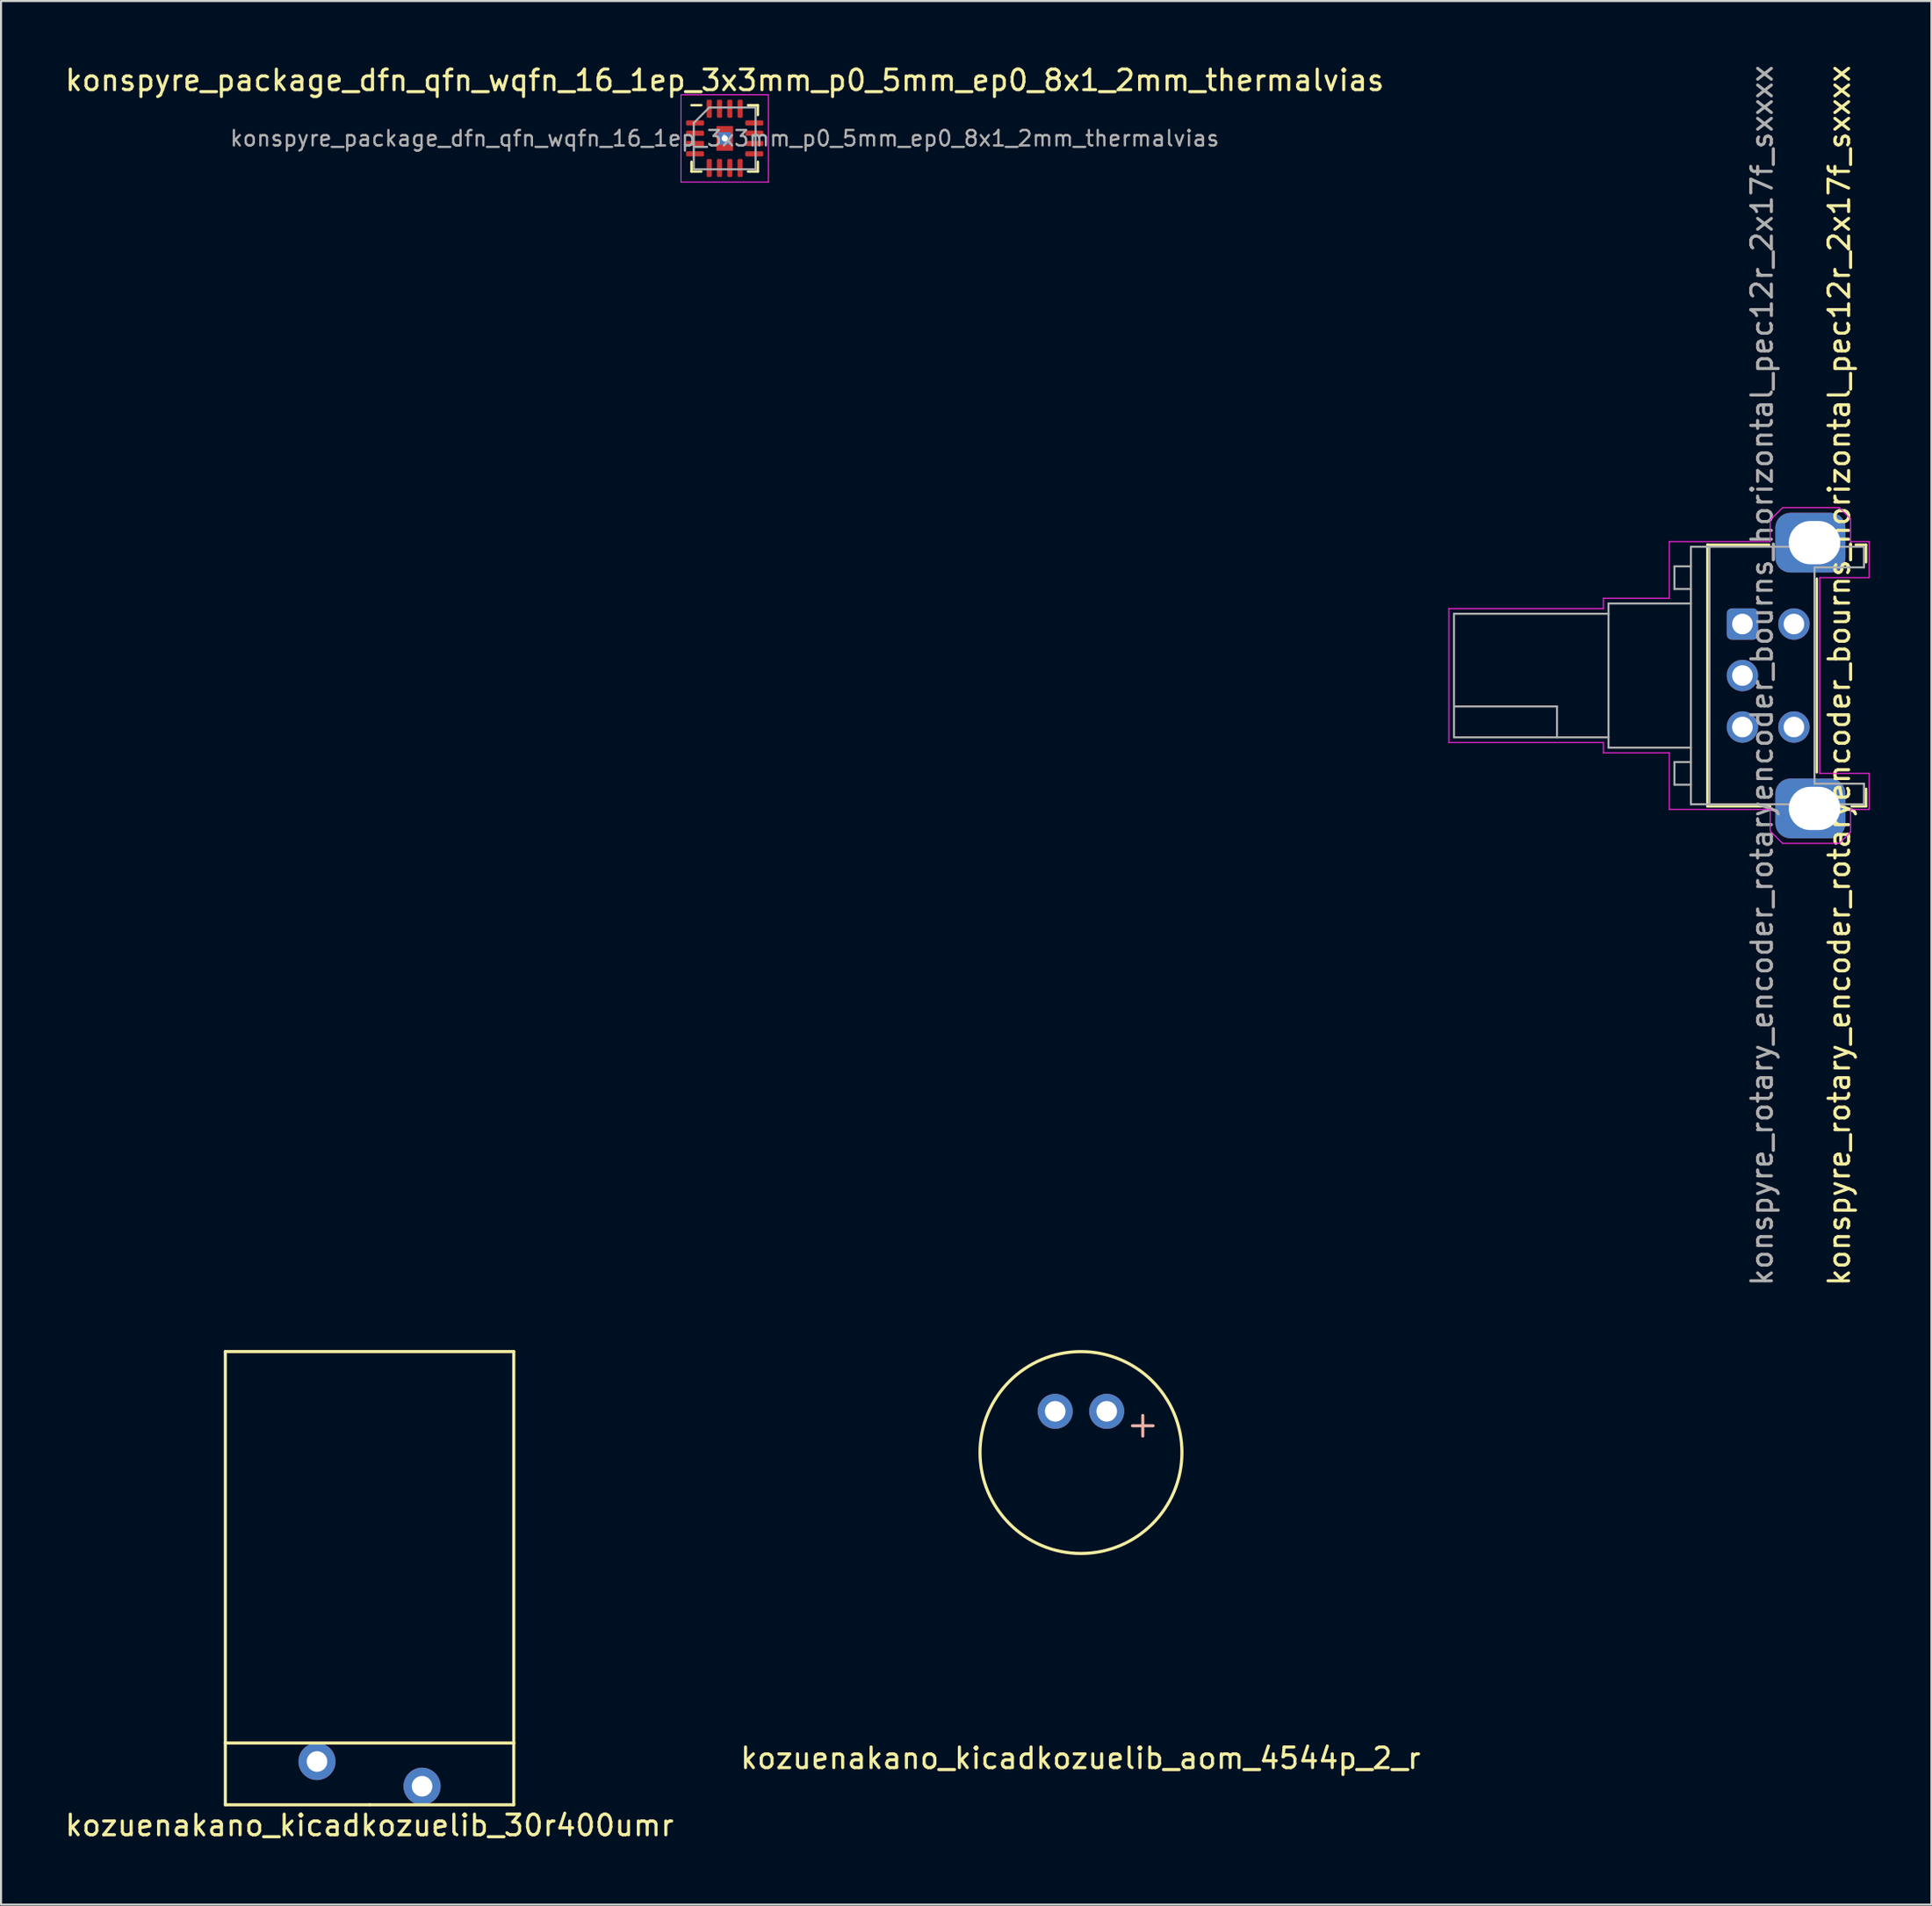
<source format=kicad_pcb>
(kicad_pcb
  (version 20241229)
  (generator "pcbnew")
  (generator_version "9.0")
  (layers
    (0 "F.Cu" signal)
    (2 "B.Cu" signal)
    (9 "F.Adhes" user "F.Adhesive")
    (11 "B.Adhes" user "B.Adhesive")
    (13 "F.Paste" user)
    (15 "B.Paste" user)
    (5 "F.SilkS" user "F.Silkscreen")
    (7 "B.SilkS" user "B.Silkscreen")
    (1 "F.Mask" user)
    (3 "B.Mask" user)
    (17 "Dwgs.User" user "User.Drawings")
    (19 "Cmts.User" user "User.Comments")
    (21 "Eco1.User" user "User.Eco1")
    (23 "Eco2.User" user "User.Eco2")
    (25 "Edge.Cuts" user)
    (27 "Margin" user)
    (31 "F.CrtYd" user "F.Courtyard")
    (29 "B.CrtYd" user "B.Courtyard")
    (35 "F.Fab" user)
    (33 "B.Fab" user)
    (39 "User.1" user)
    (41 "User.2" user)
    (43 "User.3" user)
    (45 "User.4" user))
  (footprint "kozuenakano_kicadkozuelib_aom_4544p_2_r"
    (layer "F.Cu")
    (at 49.419 67.463)
    (property "Reference" "kozuenakano_kicadkozuelib_aom_4544p_2_r" (at -0.02 14.84 0) (layer "F.SilkS") (effects (font (size 1 1) (thickness 0.15))))
    (attr through_hole)
    (fp_circle (center 0 0) (end 4.9 0) (stroke (width 0.15) (type solid)) (fill no) (layer "F.SilkS"))
    (fp_line (start 3 -1.8) (end 3 -0.8) (stroke (width 0.15) (type solid)) (layer "B.SilkS"))
    (fp_line (start 3.5 -1.3) (end 2.5 -1.3) (stroke (width 0.15) (type solid)) (layer "B.SilkS"))
    (pad "1" thru_hole circle (at 1.25 -2) (size 1.7 1.7) (drill 1) (layers "*.Cu" "*.Mask"))
    (pad "2" thru_hole circle (at -1.25 -2) (size 1.7 1.7) (drill 1) (layers "*.Cu" "*.Mask")))
  (footprint "konspyre_rotary_encoder_rotaryencoder_bourns_horizontal_pec12r_2x17f_sxxxx"
    (layer "F.Cu")
    (at 81.525 27.244)
    (property "Reference" "konspyre_rotary_encoder_rotaryencoder_bourns_horizontal_pec12r_2x17f_sxxxx" (at 4.7 2.5 270) (layer "F.SilkS") (effects (font (size 1 1) (thickness 0.15))))
    (attr through_hole)
    (fp_line (start -1.7 -3.85) (end -1.7 8.85) (stroke (width 0.12) (type solid)) (layer "F.SilkS"))
    (fp_line (start -1.7 8.85) (end 1.35 8.85) (stroke (width 0.12) (type solid)) (layer "F.SilkS"))
    (fp_line (start 1.3 -3.85) (end -1.7 -3.85) (stroke (width 0.12) (type solid)) (layer "F.SilkS"))
    (fp_line (start 3.61 -2.2) (end 3.61 7.2) (stroke (width 0.12) (type solid)) (layer "F.SilkS"))
    (fp_line (start 5.3 8.85) (end 6 8.85) (stroke (width 0.12) (type solid)) (layer "F.SilkS"))
    (fp_line (start 6 -3.85) (end 5.5 -3.85) (stroke (width 0.12) (type solid)) (layer "F.SilkS"))
    (fp_line (start 6 -3) (end 6 -3.85) (stroke (width 0.12) (type solid)) (layer "F.SilkS"))
    (fp_line (start 6 8.85) (end 6 8) (stroke (width 0.12) (type solid)) (layer "F.SilkS"))
    (fp_line (start -14.25 -0.75) (end -14.25 5.75) (stroke (width 0.05) (type default)) (layer "F.CrtYd"))
    (fp_line (start -14.25 5.75) (end -6.75 5.75) (stroke (width 0.05) (type default)) (layer "F.CrtYd"))
    (fp_line (start -6.75 -1.25) (end -3.55 -1.25) (stroke (width 0.05) (type default)) (layer "F.CrtYd"))
    (fp_line (start -6.75 -0.75) (end -14.25 -0.75) (stroke (width 0.05) (type default)) (layer "F.CrtYd"))
    (fp_line (start -6.75 -0.75) (end -6.75 -1.25) (stroke (width 0.05) (type default)) (layer "F.CrtYd"))
    (fp_line (start -6.75 5.75) (end -6.75 6.25) (stroke (width 0.05) (type default)) (layer "F.CrtYd"))
    (fp_line (start -6.75 6.25) (end -3.55 6.25) (stroke (width 0.05) (type default)) (layer "F.CrtYd"))
    (fp_line (start -3.55 -4) (end 1.35 -4) (stroke (width 0.05) (type solid)) (layer "F.CrtYd"))
    (fp_line (start -3.55 -1.25) (end -3.55 -4) (stroke (width 0.05) (type solid)) (layer "F.CrtYd"))
    (fp_line (start -3.55 9) (end -3.55 6.25) (stroke (width 0.05) (type solid)) (layer "F.CrtYd"))
    (fp_line (start 1.35 -5.05) (end 1.95 -5.65) (stroke (width 0.05) (type default)) (layer "F.CrtYd"))
    (fp_line (start 1.35 -4) (end 1.35 -5.05) (stroke (width 0.05) (type default)) (layer "F.CrtYd"))
    (fp_line (start 1.35 9) (end -3.55 9) (stroke (width 0.05) (type solid)) (layer "F.CrtYd"))
    (fp_line (start 1.35 10.05) (end 1.35 9) (stroke (width 0.05) (type default)) (layer "F.CrtYd"))
    (fp_line (start 1.35 10.05) (end 1.95 10.65) (stroke (width 0.05) (type default)) (layer "F.CrtYd"))
    (fp_line (start 3.75 -2.25) (end 6.15 -2.25) (stroke (width 0.05) (type default)) (layer "F.CrtYd"))
    (fp_line (start 3.75 7.25) (end 3.75 -2.25) (stroke (width 0.05) (type default)) (layer "F.CrtYd"))
    (fp_line (start 4.7 -5.65) (end 1.95 -5.65) (stroke (width 0.05) (type default)) (layer "F.CrtYd"))
    (fp_line (start 4.7 -5.65) (end 5.25 -5.1) (stroke (width 0.05) (type default)) (layer "F.CrtYd"))
    (fp_line (start 4.7 10.65) (end 1.95 10.65) (stroke (width 0.05) (type default)) (layer "F.CrtYd"))
    (fp_line (start 4.7 10.65) (end 5.25 10.1) (stroke (width 0.05) (type default)) (layer "F.CrtYd"))
    (fp_line (start 5.25 -4) (end 5.25 -5.1) (stroke (width 0.05) (type default)) (layer "F.CrtYd"))
    (fp_line (start 5.25 9) (end 5.25 10.1) (stroke (width 0.05) (type default)) (layer "F.CrtYd"))
    (fp_line (start 6.15 -4) (end 5.25 -4) (stroke (width 0.05) (type solid)) (layer "F.CrtYd"))
    (fp_line (start 6.15 -4) (end 6.15 -2.25) (stroke (width 0.05) (type solid)) (layer "F.CrtYd"))
    (fp_line (start 6.15 7.25) (end 3.75 7.25) (stroke (width 0.05) (type default)) (layer "F.CrtYd"))
    (fp_line (start 6.15 7.25) (end 6.15 9) (stroke (width 0.05) (type solid)) (layer "F.CrtYd"))
    (fp_line (start 6.15 9) (end 5.25 9) (stroke (width 0.05) (type solid)) (layer "F.CrtYd"))
    (fp_line (start -14 -0.5) (end -14 5.5) (stroke (width 0.1) (type default)) (layer "F.Fab"))
    (fp_line (start -14 4) (end -9 4) (stroke (width 0.1) (type default)) (layer "F.Fab"))
    (fp_line (start -14 5.5) (end -6.5 5.5) (stroke (width 0.1) (type solid)) (layer "F.Fab"))
    (fp_line (start -9 4) (end -9 5.5) (stroke (width 0.1) (type default)) (layer "F.Fab"))
    (fp_line (start -6.5 -1) (end -6.5 6) (stroke (width 0.1) (type default)) (layer "F.Fab"))
    (fp_line (start -6.5 -1) (end -2.5 -1) (stroke (width 0.1) (type default)) (layer "F.Fab"))
    (fp_line (start -6.5 -0.5) (end -14 -0.5) (stroke (width 0.1) (type solid)) (layer "F.Fab"))
    (fp_line (start -6.5 6) (end -2.5 6) (stroke (width 0.1) (type default)) (layer "F.Fab"))
    (fp_line (start -3.3 -2.8) (end -2.5 -2.8) (stroke (width 0.1) (type default)) (layer "F.Fab"))
    (fp_line (start -3.3 -1.7) (end -3.3 -2.8) (stroke (width 0.1) (type default)) (layer "F.Fab"))
    (fp_line (start -3.3 6.7) (end -2.5 6.7) (stroke (width 0.1) (type default)) (layer "F.Fab"))
    (fp_line (start -3.3 7.8) (end -3.3 6.7) (stroke (width 0.1) (type default)) (layer "F.Fab"))
    (fp_line (start -2.5 -3.75) (end 5.9 -3.75) (stroke (width 0.1) (type solid)) (layer "F.Fab"))
    (fp_line (start -2.5 -1.7) (end -3.3 -1.7) (stroke (width 0.1) (type default)) (layer "F.Fab"))
    (fp_line (start -2.5 7.8) (end -3.3 7.8) (stroke (width 0.1) (type default)) (layer "F.Fab"))
    (fp_line (start -2.5 8.75) (end -2.5 -3.75) (stroke (width 0.1) (type solid)) (layer "F.Fab"))
    (fp_line (start -1.6 8.75) (end -1.6 -3.75) (stroke (width 0.1) (type solid)) (layer "F.Fab"))
    (fp_line (start 3.5 -2.75) (end 5.9 -2.75) (stroke (width 0.1) (type default)) (layer "F.Fab"))
    (fp_line (start 3.5 7.75) (end 3.5 -2.75) (stroke (width 0.1) (type default)) (layer "F.Fab"))
    (fp_line (start 3.5 7.75) (end 5.9 7.75) (stroke (width 0.1) (type default)) (layer "F.Fab"))
    (fp_line (start 5.9 -3.7) (end 5.9 -2.75) (stroke (width 0.1) (type solid)) (layer "F.Fab"))
    (fp_line (start 5.9 7.75) (end 5.9 8.75) (stroke (width 0.1) (type solid)) (layer "F.Fab"))
    (fp_line (start 5.9 8.75) (end -2.5 8.75) (stroke (width 0.1) (type solid)) (layer "F.Fab"))
    (fp_text user "${REFERENCE}" (at 0.95 2.5 90) (layer "F.Fab") (effects (font (size 1 1) (thickness 0.15))))
    (pad "A" thru_hole roundrect (at 0 0 270) (size 1.524 1.524) (drill 1) (layers "*.Cu" "*.Mask") (roundrect_rratio 0.164))
    (pad "B" thru_hole circle (at 0 5 270) (size 1.524 1.524) (drill 1) (layers "*.Cu" "*.Mask"))
    (pad "C" thru_hole circle (at 0 2.5 270) (size 1.524 1.524) (drill 1) (layers "*.Cu" "*.Mask"))
    (pad "S1" thru_hole circle (at 2.5 0 270) (size 1.524 1.524) (drill 1) (layers "*.Cu" "*.Mask"))
    (pad "S2" thru_hole circle (at 2.5 5 270) (size 1.524 1.524) (drill 1) (layers "*.Cu" "*.Mask"))
    (pad "SH" thru_hole roundrect (at 3.5 -3.95 180) (size 3.4 2.9) (drill oval 2.5 2.1 (offset 0.2 0)) (layers "*.Cu" "*.Mask") (roundrect_rratio 0.25))
    (pad "SH" thru_hole roundrect (at 3.5 8.95 180) (size 3.4 2.9) (drill oval 2.5 2.1 (offset 0.2 0)) (layers "*.Cu" "*.Mask") (roundrect_rratio 0.25))
    (zone (net_name "") (layer "F.Cu") (name "Shell contact") (hatch edge 0.5) (connect_pads) (min_thickness 0.25) (filled_areas_thickness no) (keepout (tracks not_allowed) (vias not_allowed) (pads not_allowed) (copperpour not_allowed) (footprints not_allowed)) (placement (enabled no)) (fill) (polygon (pts (xy 81.175 24.494) (xy 81.175 23.244) (xy 79.675 23.244) (xy 79.675 24.494))))
    (zone (net_name "") (layer "F.Cu") (name "Shell contact") (hatch edge 0.5) (connect_pads) (min_thickness 0.25) (filled_areas_thickness no) (keepout (tracks not_allowed) (vias not_allowed) (pads not_allowed) (copperpour not_allowed) (footprints not_allowed)) (placement (enabled no)) (fill) (polygon (pts (xy 81.175 36.244) (xy 81.175 34.994) (xy 79.675 34.994) (xy 79.675 36.244))))
    (zone (net_name "") (layer "F.Cu") (name "Shell contact") (hatch edge 0.5) (connect_pads) (min_thickness 0.25) (filled_areas_thickness no) (keepout (tracks not_allowed) (vias not_allowed) (pads not_allowed) (copperpour not_allowed) (footprints not_allowed)) (placement (enabled no)) (fill) (polygon (pts (xy 87.525 24.494) (xy 87.525 23.244) (xy 86.525 23.244) (xy 86.525 24.494))))
    (zone (net_name "") (layer "F.Cu") (name "Shell contact") (hatch edge 0.5) (connect_pads) (min_thickness 0.25) (filled_areas_thickness no) (keepout (tracks not_allowed) (vias not_allowed) (pads not_allowed) (copperpour not_allowed) (footprints not_allowed)) (placement (enabled no)) (fill) (polygon (pts (xy 87.525 36.244) (xy 87.525 34.994) (xy 86.525 34.994) (xy 86.525 36.244)))))
  (footprint "kozuenakano_kicadkozuelib_30r400umr"
    (layer "F.Cu")
    (at 14.887 83.063)
    (property "Reference" "kozuenakano_kicadkozuelib_30r400umr" (at 0 2.5 0) (layer "F.SilkS") (effects (font (size 1 1) (thickness 0.15))))
    (attr through_hole)
    (fp_line (start -7 -20.5) (end 7 -20.5) (stroke (width 0.15) (type solid)) (layer "F.SilkS"))
    (fp_line (start -7 -1.5) (end -7 -20.5) (stroke (width 0.15) (type solid)) (layer "F.SilkS"))
    (fp_line (start -7 -1.5) (end 7 -1.5) (stroke (width 0.15) (type solid)) (layer "F.SilkS"))
    (fp_line (start -7 1.5) (end -7 -1.5) (stroke (width 0.15) (type solid)) (layer "F.SilkS"))
    (fp_line (start 0 1.5) (end -7 1.5) (stroke (width 0.15) (type solid)) (layer "F.SilkS"))
    (fp_line (start 7 -20.5) (end 7 -1.5) (stroke (width 0.15) (type solid)) (layer "F.SilkS"))
    (fp_line (start 7 -1.5) (end 7 1.5) (stroke (width 0.15) (type solid)) (layer "F.SilkS"))
    (fp_line (start 7 1.5) (end 0 1.5) (stroke (width 0.15) (type solid)) (layer "F.SilkS"))
    (pad "1" thru_hole circle (at -2.55 -0.6) (size 1.8 1.8) (drill 1) (layers "*.Cu" "*.Mask"))
    (pad "2" thru_hole circle (at 2.55 0.6) (size 1.8 1.8) (drill 1) (layers "*.Cu" "*.Mask")))
  (footprint "konspyre_package_dfn_qfn_wqfn_16_1ep_3x3mm_p0_5mm_ep0_8x1_2mm_thermalvias"
    (layer "F.Cu")
    (at 32.125 3.668)
    (property "Reference" "konspyre_package_dfn_qfn_wqfn_16_1ep_3x3mm_p0_5mm_ep0_8x1_2mm_thermalvias" (at 0 -2.82 0) (layer "F.SilkS") (effects (font (size 1 1) (thickness 0.15))))
    (attr smd)
    (fp_line (start -1.61 1.61) (end -1.61 1.135) (stroke (width 0.12) (type solid)) (layer "F.SilkS"))
    (fp_line (start -1.135 -1.61) (end -1.61 -1.61) (stroke (width 0.12) (type solid)) (layer "F.SilkS"))
    (fp_line (start -1.135 1.61) (end -1.61 1.61) (stroke (width 0.12) (type solid)) (layer "F.SilkS"))
    (fp_line (start 1.135 -1.61) (end 1.61 -1.61) (stroke (width 0.12) (type solid)) (layer "F.SilkS"))
    (fp_line (start 1.135 1.61) (end 1.61 1.61) (stroke (width 0.12) (type solid)) (layer "F.SilkS"))
    (fp_line (start 1.61 -1.61) (end 1.61 -1.135) (stroke (width 0.12) (type solid)) (layer "F.SilkS"))
    (fp_line (start 1.61 1.61) (end 1.61 1.135) (stroke (width 0.12) (type solid)) (layer "F.SilkS"))
    (fp_line (start -2.12 -2.12) (end -2.12 2.12) (stroke (width 0.05) (type solid)) (layer "F.CrtYd"))
    (fp_line (start -2.12 2.12) (end 2.12 2.12) (stroke (width 0.05) (type solid)) (layer "F.CrtYd"))
    (fp_line (start 2.12 -2.12) (end -2.12 -2.12) (stroke (width 0.05) (type solid)) (layer "F.CrtYd"))
    (fp_line (start 2.12 2.12) (end 2.12 -2.12) (stroke (width 0.05) (type solid)) (layer "F.CrtYd"))
    (fp_line (start -1.5 -0.75) (end -0.75 -1.5) (stroke (width 0.1) (type solid)) (layer "F.Fab"))
    (fp_line (start -1.5 1.5) (end -1.5 -0.75) (stroke (width 0.1) (type solid)) (layer "F.Fab"))
    (fp_line (start -0.75 -1.5) (end 1.5 -1.5) (stroke (width 0.1) (type solid)) (layer "F.Fab"))
    (fp_line (start 1.5 -1.5) (end 1.5 1.5) (stroke (width 0.1) (type solid)) (layer "F.Fab"))
    (fp_line (start 1.5 1.5) (end -1.5 1.5) (stroke (width 0.1) (type solid)) (layer "F.Fab"))
    (fp_text user "${REFERENCE}" (at 0 0 0) (layer "F.Fab") (effects (font (size 0.75 0.75) (thickness 0.11))))
    (pad "" smd roundrect (at -0.2 -0.3) (size 0.33 0.5) (layers "F.Paste") (roundrect_rratio 0.25))
    (pad "" smd roundrect (at -0.2 0.3) (size 0.33 0.5) (layers "F.Paste") (roundrect_rratio 0.25))
    (pad "" smd roundrect (at 0.2 -0.3) (size 0.33 0.5) (layers "F.Paste") (roundrect_rratio 0.25))
    (pad "" smd roundrect (at 0.2 0.3) (size 0.33 0.5) (layers "F.Paste") (roundrect_rratio 0.25))
    (pad "1" smd roundrect (at -1.438 -0.75) (size 0.875 0.25) (layers "F.Cu" "F.Mask" "F.Paste") (roundrect_rratio 0.25))
    (pad "2" smd roundrect (at -1.438 -0.25) (size 0.875 0.25) (layers "F.Cu" "F.Mask" "F.Paste") (roundrect_rratio 0.25))
    (pad "3" smd roundrect (at -1.438 0.25) (size 0.875 0.25) (layers "F.Cu" "F.Mask" "F.Paste") (roundrect_rratio 0.25))
    (pad "4" smd roundrect (at -1.438 0.75) (size 0.875 0.25) (layers "F.Cu" "F.Mask" "F.Paste") (roundrect_rratio 0.25))
    (pad "5" smd roundrect (at -0.75 1.438) (size 0.25 0.875) (layers "F.Cu" "F.Mask" "F.Paste") (roundrect_rratio 0.25))
    (pad "6" smd roundrect (at -0.25 1.438) (size 0.25 0.875) (layers "F.Cu" "F.Mask" "F.Paste") (roundrect_rratio 0.25))
    (pad "7" smd roundrect (at 0.25 1.438) (size 0.25 0.875) (layers "F.Cu" "F.Mask" "F.Paste") (roundrect_rratio 0.25))
    (pad "8" smd roundrect (at 0.75 1.438) (size 0.25 0.875) (layers "F.Cu" "F.Mask" "F.Paste") (roundrect_rratio 0.25))
    (pad "9" smd roundrect (at 1.438 0.75) (size 0.875 0.25) (layers "F.Cu" "F.Mask" "F.Paste") (roundrect_rratio 0.25))
    (pad "10" smd roundrect (at 1.438 0.25) (size 0.875 0.25) (layers "F.Cu" "F.Mask" "F.Paste") (roundrect_rratio 0.25))
    (pad "11" smd roundrect (at 1.438 -0.25) (size 0.875 0.25) (layers "F.Cu" "F.Mask" "F.Paste") (roundrect_rratio 0.25))
    (pad "12" smd roundrect (at 1.438 -0.75) (size 0.875 0.25) (layers "F.Cu" "F.Mask" "F.Paste") (roundrect_rratio 0.25))
    (pad "13" smd roundrect (at 0.75 -1.438) (size 0.25 0.875) (layers "F.Cu" "F.Mask" "F.Paste") (roundrect_rratio 0.25))
    (pad "14" smd roundrect (at 0.25 -1.438) (size 0.25 0.875) (layers "F.Cu" "F.Mask" "F.Paste") (roundrect_rratio 0.25))
    (pad "15" smd roundrect (at -0.25 -1.438) (size 0.25 0.875) (layers "F.Cu" "F.Mask" "F.Paste") (roundrect_rratio 0.25))
    (pad "16" smd roundrect (at -0.75 -1.438) (size 0.25 0.875) (layers "F.Cu" "F.Mask" "F.Paste") (roundrect_rratio 0.25))
    (pad "17" thru_hole circle (at 0 0) (size 0.6 0.6) (drill 0.3) (layers "*.Cu"))
    (pad "17" smd rect (at 0 0) (size 0.6 0.6) (layers "B.Cu"))
    (pad "17" smd rect (at 0 0) (size 0.8 1.2) (layers "F.Cu" "F.Mask")))
  (gr_rect
    (start -3 -3)
    (end 90.7 89.411)
    (stroke (width 0.1) (type default))
    (fill no)
    (layer "Edge.Cuts")))
</source>
